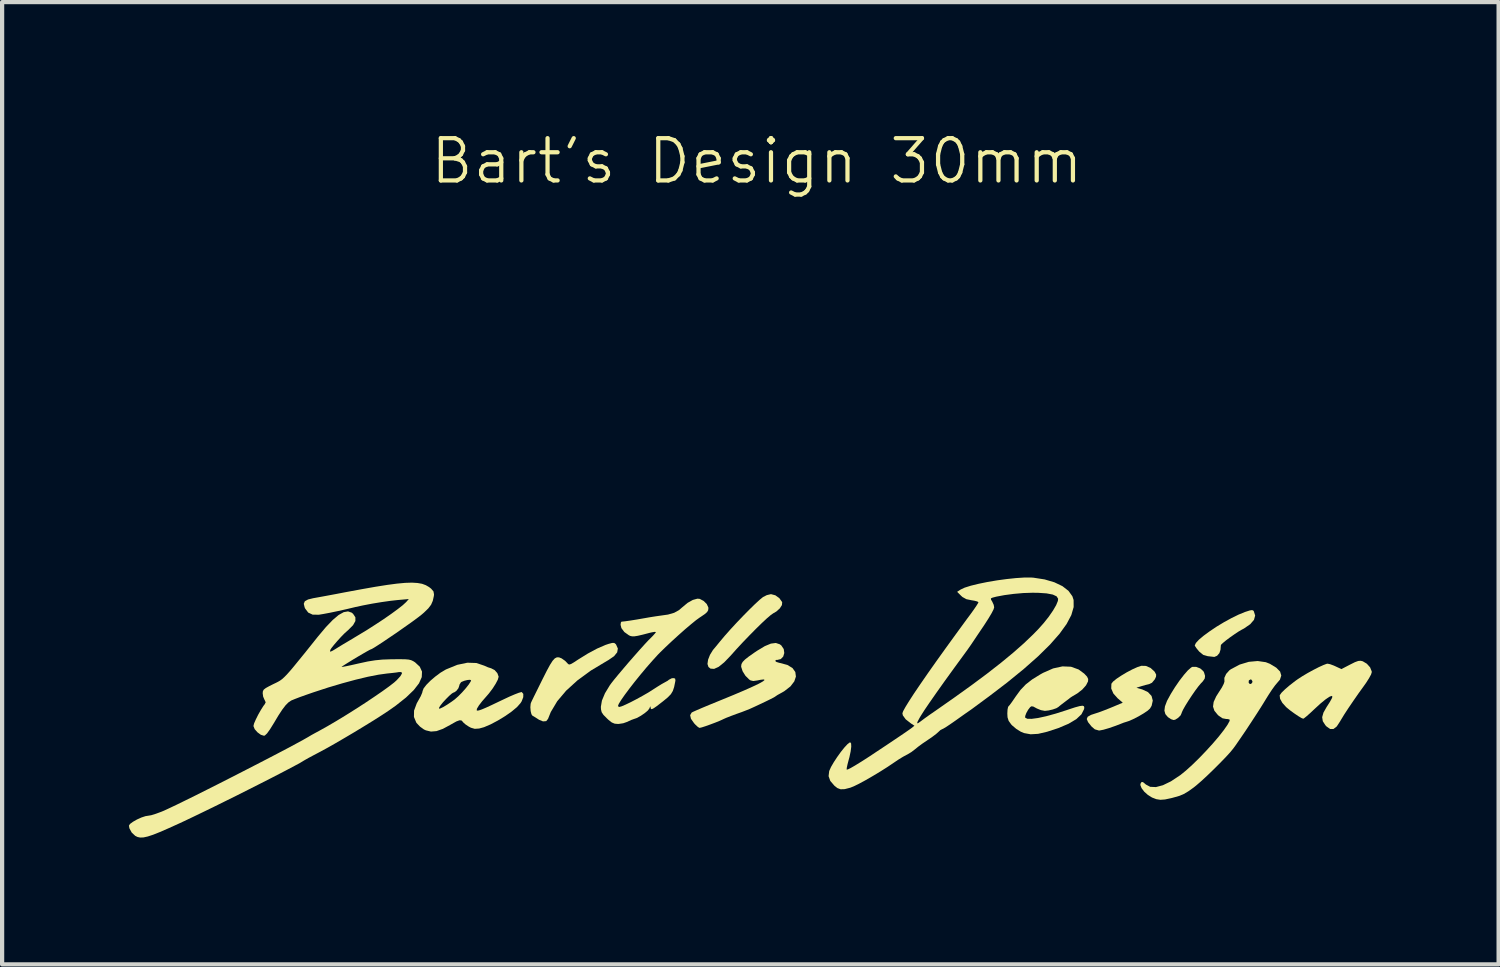
<source format=kicad_pcb>
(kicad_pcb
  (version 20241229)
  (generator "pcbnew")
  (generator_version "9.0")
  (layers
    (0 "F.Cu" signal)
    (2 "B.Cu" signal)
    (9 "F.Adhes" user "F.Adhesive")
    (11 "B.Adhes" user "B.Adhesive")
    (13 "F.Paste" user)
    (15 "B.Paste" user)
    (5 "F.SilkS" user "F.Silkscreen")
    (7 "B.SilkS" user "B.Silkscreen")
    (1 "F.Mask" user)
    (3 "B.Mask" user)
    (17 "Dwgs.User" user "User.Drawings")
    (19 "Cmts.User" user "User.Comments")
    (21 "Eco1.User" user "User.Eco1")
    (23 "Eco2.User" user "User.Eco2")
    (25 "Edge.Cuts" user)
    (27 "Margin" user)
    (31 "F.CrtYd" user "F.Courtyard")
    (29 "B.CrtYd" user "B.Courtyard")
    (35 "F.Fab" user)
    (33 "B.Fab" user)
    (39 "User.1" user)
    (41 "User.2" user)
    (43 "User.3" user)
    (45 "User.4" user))
  (footprint "Bart's Design 30mm"
    (layer "F.Cu")
    (at 14.855 13.611)
    (property "Reference" "Bart's Design 30mm" (at 0 -12.85 0) (unlocked yes) (layer "F.SilkS") (effects (font (size 1 1) (thickness 0.1))))
    (fp_poly (pts (xy 10.487 -0.849) (xy 10.56 -0.785) (xy 10.578 -0.753) (xy 10.602 -0.672) (xy 10.594 -0.61) (xy 10.549 -0.543) (xy 10.502 -0.494) (xy 10.445 -0.426) (xy 10.371 -0.327) (xy 10.29 -0.21) (xy 10.209 -0.087) (xy 10.137 0.029) (xy 10.082 0.126) (xy 10.052 0.191) (xy 10.048 0.206) (xy 10.024 0.261) (xy 9.965 0.32) (xy 9.897 0.363) (xy 9.858 0.372) (xy 9.799 0.353) (xy 9.727 0.306) (xy 9.72 0.3) (xy 9.663 0.232) (xy 9.64 0.15) (xy 9.653 0.048) (xy 9.702 -0.082) (xy 9.791 -0.245) (xy 9.888 -0.402) (xy 9.998 -0.562) (xy 10.104 -0.699) (xy 10.197 -0.805) (xy 10.272 -0.87) (xy 10.3 -0.885) (xy 10.391 -0.886)) (stroke (width 0) (type solid)) (fill yes) (layer "F.SilkS"))
    (fp_poly (pts (xy 0.436 -2.579) (xy 0.53 -2.512) (xy 0.594 -2.423) (xy 0.598 -2.413) (xy 0.592 -2.347) (xy 0.542 -2.269) (xy 0.46 -2.195) (xy 0.389 -2.154) (xy 0.33 -2.113) (xy 0.237 -2.034) (xy 0.117 -1.922) (xy -0.023 -1.785) (xy -0.175 -1.631) (xy -0.333 -1.467) (xy -0.489 -1.299) (xy -0.62 -1.152) (xy -0.774 -0.992) (xy -0.904 -0.887) (xy -1.012 -0.838) (xy -1.097 -0.844) (xy -1.146 -0.883) (xy -1.169 -0.954) (xy -1.155 -1.055) (xy -1.11 -1.17) (xy -1.04 -1.284) (xy -1.008 -1.322) (xy -0.972 -1.365) (xy -0.913 -1.437) (xy -0.868 -1.492) (xy -0.757 -1.624) (xy -0.624 -1.774) (xy -0.477 -1.933) (xy -0.325 -2.092) (xy -0.179 -2.24) (xy -0.046 -2.37) (xy 0.065 -2.472) (xy 0.143 -2.536) (xy 0.144 -2.537) (xy 0.235 -2.583) (xy 0.328 -2.605) (xy 0.337 -2.605)) (stroke (width 0) (type solid)) (fill yes) (layer "F.SilkS"))
    (fp_poly (pts (xy 11.744 -2.216) (xy 11.755 -2.201) (xy 11.787 -2.1) (xy 11.759 -1.998) (xy 11.67 -1.895) (xy 11.524 -1.794) (xy 11.469 -1.765) (xy 11.392 -1.72) (xy 11.296 -1.656) (xy 11.193 -1.584) (xy 11.097 -1.512) (xy 11.022 -1.45) (xy 10.98 -1.409) (xy 10.976 -1.401) (xy 10.972 -1.358) (xy 10.967 -1.291) (xy 10.941 -1.211) (xy 10.886 -1.148) (xy 10.822 -1.121) (xy 10.81 -1.122) (xy 10.759 -1.128) (xy 10.677 -1.137) (xy 10.663 -1.139) (xy 10.559 -1.169) (xy 10.466 -1.245) (xy 10.453 -1.259) (xy 10.397 -1.328) (xy 10.363 -1.38) (xy 10.358 -1.393) (xy 10.385 -1.451) (xy 10.458 -1.53) (xy 10.57 -1.624) (xy 10.712 -1.728) (xy 10.873 -1.836) (xy 11.047 -1.941) (xy 11.224 -2.038) (xy 11.395 -2.122) (xy 11.552 -2.186) (xy 11.562 -2.189) (xy 11.658 -2.22) (xy 11.714 -2.229)) (stroke (width 0) (type solid)) (fill yes) (layer "F.SilkS"))
    (fp_poly (pts (xy -3.374 -1.451) (xy -3.341 -1.426) (xy -3.33 -1.411) (xy -3.289 -1.319) (xy -3.305 -1.229) (xy -3.379 -1.138) (xy -3.514 -1.045) (xy -3.551 -1.024) (xy -3.925 -0.8) (xy -4.246 -0.565) (xy -4.513 -0.322) (xy -4.724 -0.072) (xy -4.876 0.183) (xy -4.941 0.345) (xy -4.984 0.398) (xy -5.06 0.404) (xy -5.155 0.365) (xy -5.173 0.353) (xy -5.246 0.306) (xy -5.298 0.276) (xy -5.306 0.273) (xy -5.333 0.236) (xy -5.352 0.16) (xy -5.359 0.07) (xy -5.352 -0.012) (xy -5.343 -0.04) (xy -5.32 -0.09) (xy -5.274 -0.184) (xy -5.21 -0.313) (xy -5.135 -0.465) (xy -5.069 -0.598) (xy -4.972 -0.79) (xy -4.895 -0.932) (xy -4.833 -1.029) (xy -4.78 -1.087) (xy -4.73 -1.112) (xy -4.679 -1.11) (xy -4.621 -1.087) (xy -4.616 -1.084) (xy -4.538 -1.029) (xy -4.492 -0.982) (xy -4.465 -0.952) (xy -4.438 -0.941) (xy -4.397 -0.953) (xy -4.33 -0.992) (xy -4.225 -1.061) (xy -3.999 -1.201) (xy -3.781 -1.318) (xy -3.586 -1.403) (xy -3.509 -1.429) (xy -3.423 -1.452)) (stroke (width 0) (type solid)) (fill yes) (layer "F.SilkS"))
    (fp_poly (pts (xy 9.203 -0.908) (xy 9.313 -0.86) (xy 9.404 -0.777) (xy 9.414 -0.762) (xy 9.445 -0.704) (xy 9.442 -0.654) (xy 9.414 -0.592) (xy 9.346 -0.51) (xy 9.28 -0.478) (xy 9.19 -0.456) (xy 9.089 -0.427) (xy 9.087 -0.426) (xy 8.978 -0.392) (xy 9.118 -0.351) (xy 9.252 -0.288) (xy 9.336 -0.197) (xy 9.365 -0.087) (xy 9.338 0.034) (xy 9.3 0.099) (xy 9.245 0.15) (xy 9.15 0.214) (xy 9.033 0.283) (xy 8.909 0.347) (xy 8.797 0.396) (xy 8.73 0.418) (xy 8.675 0.435) (xy 8.653 0.444) (xy 8.485 0.509) (xy 8.329 0.563) (xy 8.199 0.601) (xy 8.108 0.619) (xy 8.091 0.62) (xy 7.994 0.592) (xy 7.916 0.525) (xy 7.834 0.422) (xy 7.803 0.348) (xy 7.826 0.294) (xy 7.905 0.25) (xy 7.993 0.221) (xy 8.083 0.192) (xy 8.207 0.146) (xy 8.344 0.092) (xy 8.39 0.073) (xy 8.655 -0.038) (xy 8.532 -0.144) (xy 8.433 -0.255) (xy 8.382 -0.373) (xy 8.386 -0.485) (xy 8.387 -0.488) (xy 8.425 -0.537) (xy 8.507 -0.604) (xy 8.62 -0.679) (xy 8.748 -0.756) (xy 8.881 -0.826) (xy 9.003 -0.881) (xy 9.095 -0.911)) (stroke (width 0) (type solid)) (fill yes) (layer "F.SilkS"))
    (fp_poly (pts (xy 14.332 -1.018) (xy 14.429 -0.96) (xy 14.506 -0.874) (xy 14.544 -0.779) (xy 14.545 -0.758) (xy 14.528 -0.704) (xy 14.48 -0.616) (xy 14.41 -0.506) (xy 14.351 -0.423) (xy 14.229 -0.254) (xy 14.107 -0.078) (xy 13.992 0.091) (xy 13.894 0.241) (xy 13.821 0.361) (xy 13.797 0.402) (xy 13.717 0.524) (xy 13.639 0.584) (xy 13.56 0.584) (xy 13.476 0.525) (xy 13.447 0.494) (xy 13.387 0.4) (xy 13.372 0.304) (xy 13.403 0.195) (xy 13.48 0.059) (xy 13.491 0.043) (xy 13.552 -0.053) (xy 13.597 -0.133) (xy 13.615 -0.179) (xy 13.615 -0.18) (xy 13.595 -0.199) (xy 13.537 -0.175) (xy 13.446 -0.112) (xy 13.325 -0.012) (xy 13.186 0.116) (xy 13.087 0.209) (xy 13.003 0.283) (xy 12.944 0.33) (xy 12.924 0.341) (xy 12.881 0.324) (xy 12.805 0.278) (xy 12.712 0.215) (xy 12.617 0.146) (xy 12.536 0.08) (xy 12.519 0.065) (xy 12.43 -0.034) (xy 12.377 -0.129) (xy 12.367 -0.208) (xy 12.371 -0.219) (xy 12.411 -0.275) (xy 12.493 -0.355) (xy 12.605 -0.451) (xy 12.738 -0.554) (xy 12.793 -0.593) (xy 12.9 -0.663) (xy 13.028 -0.739) (xy 13.163 -0.813) (xy 13.292 -0.879) (xy 13.402 -0.929) (xy 13.479 -0.958) (xy 13.5 -0.961) (xy 13.559 -0.949) (xy 13.646 -0.917) (xy 13.69 -0.897) (xy 13.827 -0.833) (xy 14.035 -0.941) (xy 14.147 -0.997) (xy 14.224 -1.025) (xy 14.282 -1.03)) (stroke (width 0) (type solid)) (fill yes) (layer "F.SilkS"))
    (fp_poly (pts (xy 7.43 -0.889) (xy 7.61 -0.824) (xy 7.742 -0.727) (xy 7.81 -0.655) (xy 7.837 -0.598) (xy 7.833 -0.541) (xy 7.786 -0.449) (xy 7.697 -0.349) (xy 7.58 -0.258) (xy 7.53 -0.228) (xy 7.46 -0.187) (xy 7.416 -0.158) (xy 7.412 -0.155) (xy 7.38 -0.129) (xy 7.315 -0.08) (xy 7.273 -0.048) (xy 7.198 0.009) (xy 7.146 0.051) (xy 7.133 0.063) (xy 7.085 0.092) (xy 7 0.122) (xy 6.902 0.145) (xy 6.814 0.155) (xy 6.811 0.155) (xy 6.719 0.138) (xy 6.621 0.098) (xy 6.609 0.091) (xy 6.536 0.052) (xy 6.491 0.048) (xy 6.464 0.068) (xy 6.416 0.13) (xy 6.373 0.207) (xy 6.347 0.277) (xy 6.346 0.316) (xy 6.397 0.342) (xy 6.5 0.344) (xy 6.65 0.324) (xy 6.843 0.282) (xy 7.072 0.219) (xy 7.333 0.136) (xy 7.364 0.125) (xy 7.525 0.072) (xy 7.636 0.042) (xy 7.704 0.033) (xy 7.738 0.047) (xy 7.745 0.082) (xy 7.739 0.116) (xy 7.678 0.236) (xy 7.556 0.351) (xy 7.373 0.46) (xy 7.13 0.563) (xy 6.866 0.649) (xy 6.652 0.699) (xy 6.475 0.709) (xy 6.321 0.681) (xy 6.242 0.648) (xy 6.136 0.582) (xy 6.037 0.498) (xy 6.017 0.477) (xy 5.956 0.393) (xy 5.929 0.308) (xy 5.924 0.218) (xy 5.929 0.126) (xy 5.942 0.063) (xy 5.952 0.048) (xy 5.981 0.016) (xy 6.034 -0.056) (xy 6.1 -0.152) (xy 6.121 -0.183) (xy 6.235 -0.339) (xy 6.36 -0.47) (xy 6.511 -0.588) (xy 6.702 -0.706) (xy 6.77 -0.744) (xy 7.008 -0.849) (xy 7.229 -0.897)) (stroke (width 0) (type solid)) (fill yes) (layer "F.SilkS"))
    (fp_poly (pts (xy 0.541 -1.42) (xy 0.578 -1.392) (xy 0.635 -1.307) (xy 0.648 -1.214) (xy 0.623 -1.13) (xy 0.565 -1.07) (xy 0.479 -1.049) (xy 0.457 -1.051) (xy 0.435 -1.031) (xy 0.434 -1.025) (xy 0.462 -1.002) (xy 0.529 -0.981) (xy 0.55 -0.977) (xy 0.722 -0.931) (xy 0.842 -0.858) (xy 0.909 -0.764) (xy 0.923 -0.656) (xy 0.884 -0.541) (xy 0.793 -0.423) (xy 0.648 -0.31) (xy 0.565 -0.263) (xy 0.489 -0.221) (xy 0.441 -0.189) (xy 0.434 -0.183) (xy 0.401 -0.163) (xy 0.323 -0.123) (xy 0.211 -0.068) (xy 0.078 -0.005) (xy -0.065 0.062) (xy -0.171 0.11) (xy -0.246 0.14) (xy -0.357 0.183) (xy -0.481 0.227) (xy -0.489 0.23) (xy -0.613 0.276) (xy -0.725 0.32) (xy -0.803 0.355) (xy -0.806 0.357) (xy -0.881 0.391) (xy -0.985 0.433) (xy -1.102 0.477) (xy -1.214 0.517) (xy -1.304 0.546) (xy -1.356 0.558) (xy -1.357 0.558) (xy -1.395 0.537) (xy -1.454 0.482) (xy -1.485 0.449) (xy -1.56 0.342) (xy -1.579 0.257) (xy -1.543 0.195) (xy -1.543 0.195) (xy -1.504 0.175) (xy -1.416 0.136) (xy -1.288 0.081) (xy -1.13 0.015) (xy -0.949 -0.059) (xy -0.868 -0.092) (xy -0.559 -0.219) (xy -0.302 -0.328) (xy -0.099 -0.419) (xy 0.05 -0.49) (xy 0.144 -0.543) (xy 0.182 -0.575) (xy 0.164 -0.588) (xy 0.089 -0.58) (xy 0.009 -0.564) (xy -0.085 -0.551) (xy -0.151 -0.566) (xy -0.183 -0.587) (xy -0.271 -0.675) (xy -0.338 -0.782) (xy -0.371 -0.884) (xy -0.372 -0.902) (xy -0.365 -0.952) (xy -0.337 -1.002) (xy -0.282 -1.059) (xy -0.192 -1.13) (xy -0.06 -1.223) (xy 0.009 -1.269) (xy 0.187 -1.376) (xy 0.331 -1.436) (xy 0.448 -1.451)) (stroke (width 0) (type solid)) (fill yes) (layer "F.SilkS"))
    (fp_poly (pts (xy 12.039 -0.996) (xy 12.135 -0.958) (xy 12.287 -0.866) (xy 12.377 -0.774) (xy 12.405 -0.68) (xy 12.373 -0.583) (xy 12.313 -0.513) (xy 12.259 -0.449) (xy 12.185 -0.347) (xy 12.103 -0.222) (xy 12.044 -0.127) (xy 11.952 0.023) (xy 11.835 0.207) (xy 11.704 0.408) (xy 11.569 0.613) (xy 11.439 0.804) (xy 11.326 0.968) (xy 11.269 1.046) (xy 11.197 1.134) (xy 11.089 1.252) (xy 10.956 1.389) (xy 10.81 1.535) (xy 10.662 1.678) (xy 10.522 1.808) (xy 10.401 1.913) (xy 10.338 1.964) (xy 10.208 2.057) (xy 10.098 2.122) (xy 9.984 2.169) (xy 9.839 2.21) (xy 9.8 2.22) (xy 9.654 2.251) (xy 9.544 2.259) (xy 9.448 2.244) (xy 9.347 2.205) (xy 9.25 2.145) (xy 9.163 2.067) (xy 9.1 1.984) (xy 9.071 1.91) (xy 9.074 1.88) (xy 9.098 1.839) (xy 9.131 1.839) (xy 9.187 1.884) (xy 9.199 1.896) (xy 9.304 1.952) (xy 9.44 1.958) (xy 9.605 1.914) (xy 9.795 1.822) (xy 10.008 1.681) (xy 10.018 1.674) (xy 10.151 1.566) (xy 10.302 1.429) (xy 10.463 1.272) (xy 10.625 1.103) (xy 10.782 0.931) (xy 10.924 0.765) (xy 11.043 0.613) (xy 11.132 0.486) (xy 11.184 0.391) (xy 11.184 0.39) (xy 11.18 0.358) (xy 11.129 0.348) (xy 11.104 0.348) (xy 11.015 0.331) (xy 10.924 0.27) (xy 10.9 0.247) (xy 10.822 0.152) (xy 10.79 0.054) (xy 10.805 -0.056) (xy 10.866 -0.189) (xy 10.934 -0.296) (xy 10.999 -0.397) (xy 11.043 -0.483) (xy 11.054 -0.517) (xy 11.632 -0.517) (xy 11.65 -0.487) (xy 11.688 -0.48) (xy 11.718 -0.515) (xy 11.723 -0.545) (xy 11.698 -0.584) (xy 11.677 -0.589) (xy 11.638 -0.566) (xy 11.632 -0.517) (xy 11.054 -0.517) (xy 11.061 -0.538) (xy 11.06 -0.545) (xy 11.058 -0.626) (xy 11.101 -0.719) (xy 11.177 -0.804) (xy 11.213 -0.83) (xy 11.421 -0.94) (xy 11.637 -1.005) (xy 11.847 -1.024)) (stroke (width 0) (type solid)) (fill yes) (layer "F.SilkS"))
    (fp_poly (pts (xy -6.635 -0.977) (xy -6.449 -0.914) (xy -6.363 -0.876) (xy -6.287 -0.852) (xy -6.285 -0.851) (xy -6.206 -0.811) (xy -6.14 -0.738) (xy -6.11 -0.656) (xy -6.11 -0.649) (xy -6.129 -0.582) (xy -6.18 -0.485) (xy -6.253 -0.371) (xy -6.339 -0.257) (xy -6.397 -0.19) (xy -6.5 -0.072) (xy -6.577 0.028) (xy -6.622 0.103) (xy -6.629 0.142) (xy -6.628 0.143) (xy -6.609 0.15) (xy -6.571 0.143) (xy -6.507 0.121) (xy -6.412 0.081) (xy -6.277 0.019) (xy -6.097 -0.067) (xy -6.004 -0.111) (xy -5.858 -0.18) (xy -5.73 -0.235) (xy -5.631 -0.273) (xy -5.572 -0.289) (xy -5.562 -0.289) (xy -5.526 -0.246) (xy -5.527 -0.169) (xy -5.564 -0.072) (xy -5.591 -0.029) (xy -5.674 0.065) (xy -5.801 0.171) (xy -5.957 0.28) (xy -6.128 0.384) (xy -6.298 0.474) (xy -6.454 0.541) (xy -6.57 0.573) (xy -6.675 0.58) (xy -6.765 0.554) (xy -6.816 0.527) (xy -6.894 0.475) (xy -6.948 0.427) (xy -6.956 0.415) (xy -6.988 0.382) (xy -7.035 0.378) (xy -7.109 0.405) (xy -7.22 0.467) (xy -7.244 0.481) (xy -7.427 0.58) (xy -7.579 0.634) (xy -7.71 0.645) (xy -7.831 0.616) (xy -7.878 0.594) (xy -7.969 0.528) (xy -8.051 0.442) (xy -8.058 0.431) (xy -8.113 0.299) (xy -8.11 0.148) (xy -8.093 0.102) (xy -7.52 0.102) (xy -7.497 0.101) (xy -7.433 0.071) (xy -7.419 0.064) (xy -7.329 0.01) (xy -7.22 -0.063) (xy -7.149 -0.115) (xy -7.066 -0.188) (xy -6.975 -0.28) (xy -6.888 -0.378) (xy -6.816 -0.469) (xy -6.771 -0.539) (xy -6.761 -0.568) (xy -6.786 -0.58) (xy -6.847 -0.575) (xy -6.92 -0.557) (xy -6.984 -0.531) (xy -7.001 -0.52) (xy -7.036 -0.464) (xy -7.04 -0.441) (xy -7.061 -0.38) (xy -7.108 -0.319) (xy -7.161 -0.282) (xy -7.175 -0.279) (xy -7.213 -0.257) (xy -7.277 -0.202) (xy -7.352 -0.127) (xy -7.427 -0.046) (xy -7.485 0.026) (xy -7.515 0.073) (xy -7.52 0.102) (xy -8.093 0.102) (xy -8.047 -0.022) (xy -8.005 -0.097) (xy -7.952 -0.192) (xy -7.917 -0.275) (xy -7.908 -0.315) (xy -7.884 -0.377) (xy -7.818 -0.462) (xy -7.722 -0.559) (xy -7.607 -0.657) (xy -7.485 -0.748) (xy -7.366 -0.819) (xy -7.35 -0.827) (xy -7.087 -0.934) (xy -6.849 -0.984)) (stroke (width 0) (type solid)) (fill yes) (layer "F.SilkS"))
    (fp_poly (pts (xy -1.352 -2.494) (xy -1.26 -2.445) (xy -1.186 -2.372) (xy -1.149 -2.292) (xy -1.147 -2.275) (xy -1.153 -2.225) (xy -1.178 -2.182) (xy -1.233 -2.134) (xy -1.328 -2.069) (xy -1.354 -2.052) (xy -1.44 -1.99) (xy -1.559 -1.893) (xy -1.702 -1.772) (xy -1.856 -1.635) (xy -2.012 -1.493) (xy -2.159 -1.355) (xy -2.286 -1.231) (xy -2.342 -1.174) (xy -2.475 -1.028) (xy -2.616 -0.867) (xy -2.757 -0.698) (xy -2.893 -0.53) (xy -3.018 -0.369) (xy -3.126 -0.224) (xy -3.211 -0.102) (xy -3.267 -0.011) (xy -3.287 0.041) (xy -3.287 0.042) (xy -3.263 0.061) (xy -3.251 0.062) (xy -3.198 0.047) (xy -3.105 0.007) (xy -2.982 -0.052) (xy -2.844 -0.124) (xy -2.702 -0.202) (xy -2.568 -0.279) (xy -2.458 -0.349) (xy -2.349 -0.419) (xy -2.255 -0.477) (xy -2.191 -0.513) (xy -2.179 -0.519) (xy -2.108 -0.559) (xy -2.083 -0.58) (xy -2.019 -0.614) (xy -1.979 -0.62) (xy -1.935 -0.61) (xy -1.927 -0.566) (xy -1.932 -0.535) (xy -1.958 -0.408) (xy -1.989 -0.315) (xy -2.035 -0.239) (xy -2.108 -0.164) (xy -2.217 -0.074) (xy -2.252 -0.047) (xy -2.367 0.042) (xy -2.442 0.094) (xy -2.486 0.115) (xy -2.508 0.108) (xy -2.515 0.078) (xy -2.515 0.072) (xy -2.522 0.046) (xy -2.536 0.079) (xy -2.539 0.091) (xy -2.576 0.143) (xy -2.651 0.207) (xy -2.746 0.272) (xy -2.843 0.325) (xy -2.924 0.353) (xy -2.926 0.354) (xy -2.976 0.372) (xy -3.051 0.407) (xy -3.061 0.413) (xy -3.161 0.448) (xy -3.273 0.465) (xy -3.285 0.465) (xy -3.365 0.458) (xy -3.434 0.429) (xy -3.512 0.367) (xy -3.55 0.331) (xy -3.63 0.25) (xy -3.672 0.187) (xy -3.688 0.12) (xy -3.691 0.059) (xy -3.666 -0.088) (xy -3.594 -0.261) (xy -3.48 -0.449) (xy -3.446 -0.496) (xy -3.378 -0.583) (xy -3.279 -0.703) (xy -3.159 -0.845) (xy -3.027 -1) (xy -2.891 -1.155) (xy -2.763 -1.3) (xy -2.65 -1.425) (xy -2.563 -1.518) (xy -2.531 -1.549) (xy -2.457 -1.624) (xy -2.406 -1.682) (xy -2.388 -1.709) (xy -2.415 -1.714) (xy -2.483 -1.703) (xy -2.535 -1.691) (xy -2.7 -1.648) (xy -2.816 -1.621) (xy -2.897 -1.608) (xy -2.953 -1.608) (xy -2.996 -1.618) (xy -3.028 -1.633) (xy -3.136 -1.71) (xy -3.205 -1.802) (xy -3.225 -1.881) (xy -3.217 -1.938) (xy -3.202 -1.955) (xy -3.122 -1.963) (xy -2.995 -1.981) (xy -2.839 -2.006) (xy -2.667 -2.036) (xy -2.667 -2.036) (xy -2.53 -2.06) (xy -2.403 -2.08) (xy -2.307 -2.094) (xy -2.291 -2.096) (xy -2.102 -2.123) (xy -1.957 -2.165) (xy -1.843 -2.228) (xy -1.763 -2.297) (xy -1.639 -2.4) (xy -1.516 -2.469) (xy -1.407 -2.499)) (stroke (width 0) (type solid)) (fill yes) (layer "F.SilkS"))
    (fp_poly (pts (xy 6.544 -2.995) (xy 6.808 -2.954) (xy 7.038 -2.886) (xy 7.228 -2.795) (xy 7.371 -2.684) (xy 7.463 -2.556) (xy 7.492 -2.468) (xy 7.493 -2.3) (xy 7.438 -2.111) (xy 7.327 -1.901) (xy 7.159 -1.668) (xy 6.935 -1.414) (xy 6.654 -1.137) (xy 6.316 -0.838) (xy 5.921 -0.516) (xy 5.505 -0.198) (xy 5.368 -0.097) (xy 5.245 -0.006) (xy 5.146 0.067) (xy 5.081 0.115) (xy 5.067 0.125) (xy 5.015 0.161) (xy 4.926 0.223) (xy 4.813 0.303) (xy 4.705 0.38) (xy 4.587 0.462) (xy 4.486 0.53) (xy 4.413 0.574) (xy 4.381 0.589) (xy 4.341 0.61) (xy 4.292 0.655) (xy 4.238 0.703) (xy 4.148 0.771) (xy 4.043 0.843) (xy 4.032 0.851) (xy 3.92 0.926) (xy 3.818 1.001) (xy 3.746 1.059) (xy 3.743 1.062) (xy 3.654 1.13) (xy 3.552 1.191) (xy 3.542 1.195) (xy 3.457 1.241) (xy 3.346 1.309) (xy 3.241 1.38) (xy 3.091 1.481) (xy 2.922 1.588) (xy 2.746 1.694) (xy 2.575 1.793) (xy 2.42 1.877) (xy 2.294 1.939) (xy 2.209 1.973) (xy 2.076 2.007) (xy 1.98 2.01) (xy 1.903 1.981) (xy 1.834 1.926) (xy 1.736 1.812) (xy 1.696 1.7) (xy 1.71 1.582) (xy 1.712 1.575) (xy 1.753 1.483) (xy 1.818 1.371) (xy 1.898 1.249) (xy 1.984 1.129) (xy 2.068 1.024) (xy 2.141 0.945) (xy 2.195 0.903) (xy 2.208 0.899) (xy 2.229 0.927) (xy 2.232 1.002) (xy 2.218 1.114) (xy 2.189 1.25) (xy 2.171 1.316) (xy 2.143 1.423) (xy 2.126 1.504) (xy 2.123 1.543) (xy 2.123 1.544) (xy 2.15 1.541) (xy 2.214 1.51) (xy 2.32 1.449) (xy 2.473 1.355) (xy 2.481 1.35) (xy 2.559 1.3) (xy 2.672 1.227) (xy 2.81 1.135) (xy 2.964 1.033) (xy 3.123 0.927) (xy 3.278 0.823) (xy 3.419 0.728) (xy 3.536 0.648) (xy 3.619 0.59) (xy 3.655 0.564) (xy 3.727 0.507) (xy 3.645 0.453) (xy 3.641 0.45) (xy 3.79 0.45) (xy 3.818 0.443) (xy 3.887 0.394) (xy 3.893 0.389) (xy 3.972 0.33) (xy 4.081 0.252) (xy 4.198 0.171) (xy 4.213 0.161) (xy 4.674 -0.162) (xy 5.086 -0.458) (xy 5.451 -0.73) (xy 5.775 -0.983) (xy 6.061 -1.219) (xy 6.313 -1.441) (xy 6.536 -1.654) (xy 6.654 -1.775) (xy 6.786 -1.923) (xy 6.905 -2.073) (xy 7.005 -2.218) (xy 7.079 -2.345) (xy 7.12 -2.445) (xy 7.126 -2.497) (xy 7.09 -2.554) (xy 7 -2.596) (xy 6.853 -2.624) (xy 6.648 -2.638) (xy 6.513 -2.639) (xy 6.301 -2.632) (xy 6.075 -2.612) (xy 5.856 -2.583) (xy 5.665 -2.547) (xy 5.573 -2.523) (xy 5.536 -2.506) (xy 5.539 -2.475) (xy 5.565 -2.433) (xy 5.602 -2.353) (xy 5.613 -2.292) (xy 5.597 -2.242) (xy 5.551 -2.153) (xy 5.482 -2.037) (xy 5.397 -1.904) (xy 5.373 -1.867) (xy 5.281 -1.731) (xy 5.198 -1.608) (xy 5.132 -1.509) (xy 5.091 -1.448) (xy 5.086 -1.44) (xy 5.044 -1.379) (xy 4.98 -1.288) (xy 4.907 -1.188) (xy 4.655 -0.843) (xy 4.433 -0.536) (xy 4.243 -0.268) (xy 4.086 -0.043) (xy 3.963 0.138) (xy 3.877 0.273) (xy 3.846 0.325) (xy 3.8 0.412) (xy 3.79 0.45) (xy 3.641 0.45) (xy 3.52 0.355) (xy 3.453 0.263) (xy 3.442 0.212) (xy 3.461 0.16) (xy 3.515 0.062) (xy 3.602 -0.079) (xy 3.72 -0.261) (xy 3.868 -0.479) (xy 4.042 -0.731) (xy 4.241 -1.013) (xy 4.463 -1.323) (xy 4.705 -1.657) (xy 4.965 -2.013) (xy 5.053 -2.131) (xy 5.132 -2.241) (xy 5.194 -2.332) (xy 5.233 -2.395) (xy 5.241 -2.414) (xy 5.213 -2.433) (xy 5.142 -2.451) (xy 5.08 -2.461) (xy 4.955 -2.487) (xy 4.863 -2.538) (xy 4.828 -2.57) (xy 4.737 -2.661) (xy 4.82 -2.715) (xy 4.916 -2.76) (xy 5.062 -2.806) (xy 5.246 -2.851) (xy 5.456 -2.894) (xy 5.681 -2.932) (xy 5.909 -2.963) (xy 6.128 -2.986) (xy 6.326 -2.999) (xy 6.491 -2.999)) (stroke (width 0) (type solid)) (fill yes) (layer "F.SilkS"))
    (fp_poly (pts (xy -8.029 -2.87) (xy -7.921 -2.851) (xy -7.832 -2.818) (xy -7.756 -2.774) (xy -7.707 -2.736) (xy -7.651 -2.671) (xy -7.638 -2.6) (xy -7.642 -2.562) (xy -7.667 -2.448) (xy -7.707 -2.356) (xy -7.773 -2.269) (xy -7.875 -2.17) (xy -7.926 -2.126) (xy -7.998 -2.069) (xy -8.104 -1.99) (xy -8.235 -1.896) (xy -8.383 -1.792) (xy -8.537 -1.684) (xy -8.691 -1.58) (xy -8.834 -1.483) (xy -8.958 -1.402) (xy -9.054 -1.341) (xy -9.113 -1.307) (xy -9.126 -1.303) (xy -9.159 -1.288) (xy -9.23 -1.249) (xy -9.329 -1.192) (xy -9.443 -1.125) (xy -9.56 -1.055) (xy -9.668 -0.988) (xy -9.756 -0.933) (xy -9.812 -0.896) (xy -9.825 -0.884) (xy -9.793 -0.887) (xy -9.712 -0.902) (xy -9.594 -0.927) (xy -9.449 -0.96) (xy -9.413 -0.968) (xy -9.206 -1.013) (xy -9.031 -1.041) (xy -8.859 -1.058) (xy -8.662 -1.065) (xy -8.604 -1.066) (xy -8.437 -1.067) (xy -8.319 -1.065) (xy -8.237 -1.058) (xy -8.179 -1.044) (xy -8.13 -1.021) (xy -8.086 -0.993) (xy -7.975 -0.89) (xy -7.922 -0.774) (xy -7.928 -0.643) (xy -7.993 -0.497) (xy -8.117 -0.337) (xy -8.3 -0.161) (xy -8.542 0.031) (xy -8.705 0.146) (xy -8.865 0.252) (xy -9.064 0.379) (xy -9.29 0.518) (xy -9.529 0.663) (xy -9.769 0.805) (xy -9.996 0.937) (xy -10.197 1.05) (xy -10.358 1.137) (xy -10.489 1.206) (xy -10.607 1.269) (xy -10.695 1.319) (xy -10.731 1.34) (xy -10.805 1.385) (xy -10.929 1.452) (xy -11.095 1.54) (xy -11.296 1.645) (xy -11.525 1.763) (xy -11.775 1.89) (xy -12.04 2.024) (xy -12.312 2.161) (xy -12.585 2.296) (xy -12.852 2.428) (xy -13.105 2.551) (xy -13.339 2.664) (xy -13.545 2.762) (xy -13.661 2.816) (xy -13.915 2.931) (xy -14.119 3.02) (xy -14.282 3.085) (xy -14.41 3.127) (xy -14.51 3.149) (xy -14.588 3.152) (xy -14.651 3.139) (xy -14.706 3.112) (xy -14.79 3.033) (xy -14.844 2.933) (xy -14.855 2.87) (xy -14.829 2.83) (xy -14.76 2.779) (xy -14.665 2.725) (xy -14.561 2.678) (xy -14.464 2.646) (xy -14.402 2.636) (xy -14.329 2.624) (xy -14.219 2.59) (xy -14.089 2.542) (xy -14.024 2.515) (xy -13.899 2.457) (xy -13.728 2.376) (xy -13.52 2.274) (xy -13.28 2.156) (xy -13.017 2.024) (xy -12.737 1.883) (xy -12.448 1.736) (xy -12.155 1.586) (xy -11.867 1.438) (xy -11.59 1.295) (xy -11.331 1.16) (xy -11.097 1.037) (xy -10.896 0.929) (xy -10.734 0.841) (xy -10.618 0.775) (xy -10.591 0.759) (xy -10.532 0.724) (xy -10.439 0.673) (xy -10.348 0.624) (xy -10.158 0.518) (xy -9.947 0.394) (xy -9.722 0.257) (xy -9.493 0.113) (xy -9.268 -0.032) (xy -9.056 -0.174) (xy -8.865 -0.305) (xy -8.704 -0.421) (xy -8.581 -0.516) (xy -8.52 -0.571) (xy -8.433 -0.666) (xy -8.396 -0.73) (xy -8.409 -0.763) (xy -8.474 -0.762) (xy -8.476 -0.761) (xy -8.542 -0.751) (xy -8.646 -0.739) (xy -8.746 -0.729) (xy -8.95 -0.701) (xy -9.201 -0.652) (xy -9.489 -0.583) (xy -9.806 -0.497) (xy -10.14 -0.398) (xy -10.483 -0.286) (xy -10.501 -0.28) (xy -10.662 -0.224) (xy -10.808 -0.172) (xy -10.925 -0.127) (xy -11.001 -0.096) (xy -11.017 -0.089) (xy -11.083 -0.044) (xy -11.151 0.025) (xy -11.228 0.126) (xy -11.32 0.266) (xy -11.425 0.442) (xy -11.518 0.592) (xy -11.588 0.689) (xy -11.639 0.737) (xy -11.66 0.744) (xy -11.735 0.721) (xy -11.815 0.662) (xy -11.88 0.588) (xy -11.909 0.516) (xy -11.909 0.511) (xy -11.894 0.451) (xy -11.853 0.357) (xy -11.797 0.245) (xy -11.734 0.134) (xy -11.674 0.039) (xy -11.644 0) (xy -11.62 -0.047) (xy -11.643 -0.099) (xy -11.648 -0.107) (xy -11.68 -0.182) (xy -11.691 -0.262) (xy -11.686 -0.31) (xy -11.665 -0.348) (xy -11.617 -0.385) (xy -11.532 -0.432) (xy -11.444 -0.476) (xy -11.381 -0.506) (xy -11.328 -0.533) (xy -11.28 -0.561) (xy -11.232 -0.596) (xy -11.18 -0.643) (xy -11.119 -0.705) (xy -11.045 -0.788) (xy -10.953 -0.897) (xy -10.839 -1.037) (xy -10.697 -1.211) (xy -10.525 -1.426) (xy -10.386 -1.6) (xy -10.197 -1.825) (xy -10.034 -1.995) (xy -9.894 -2.113) (xy -9.774 -2.18) (xy -9.672 -2.198) (xy -9.585 -2.168) (xy -9.552 -2.14) (xy -9.498 -2.058) (xy -9.498 -1.97) (xy -9.553 -1.872) (xy -9.665 -1.759) (xy -9.694 -1.734) (xy -9.759 -1.675) (xy -9.841 -1.591) (xy -9.927 -1.496) (xy -10.006 -1.404) (xy -10.064 -1.331) (xy -10.089 -1.292) (xy -10.099 -1.253) (xy -10.084 -1.246) (xy -10.033 -1.27) (xy -9.962 -1.313) (xy -9.896 -1.354) (xy -9.788 -1.42) (xy -9.651 -1.501) (xy -9.498 -1.593) (xy -9.413 -1.644) (xy -9.218 -1.762) (xy -9.02 -1.889) (xy -8.827 -2.016) (xy -8.65 -2.139) (xy -8.497 -2.251) (xy -8.378 -2.344) (xy -8.302 -2.414) (xy -8.296 -2.42) (xy -8.234 -2.49) (xy -8.493 -2.467) (xy -8.667 -2.448) (xy -8.878 -2.418) (xy -9.103 -2.381) (xy -9.317 -2.34) (xy -9.499 -2.301) (xy -9.506 -2.299) (xy -9.712 -2.25) (xy -9.915 -2.205) (xy -10.1 -2.166) (xy -10.254 -2.137) (xy -10.362 -2.119) (xy -10.366 -2.119) (xy -10.509 -2.121) (xy -10.614 -2.17) (xy -10.688 -2.268) (xy -10.699 -2.295) (xy -10.719 -2.378) (xy -10.694 -2.438) (xy -10.618 -2.48) (xy -10.496 -2.51) (xy -10.417 -2.524) (xy -10.29 -2.547) (xy -10.128 -2.577) (xy -9.941 -2.612) (xy -9.744 -2.65) (xy -9.738 -2.651) (xy -9.355 -2.722) (xy -9.026 -2.78) (xy -8.748 -2.824) (xy -8.514 -2.855) (xy -8.32 -2.873) (xy -8.16 -2.878)) (stroke (width 0) (type solid)) (fill yes) (layer "F.SilkS")))
  (gr_rect
    (start -3 -3)
    (end 32.401 19.763)
    (stroke (width 0.1) (type default))
    (fill no)
    (layer "Edge.Cuts")))
</source>
